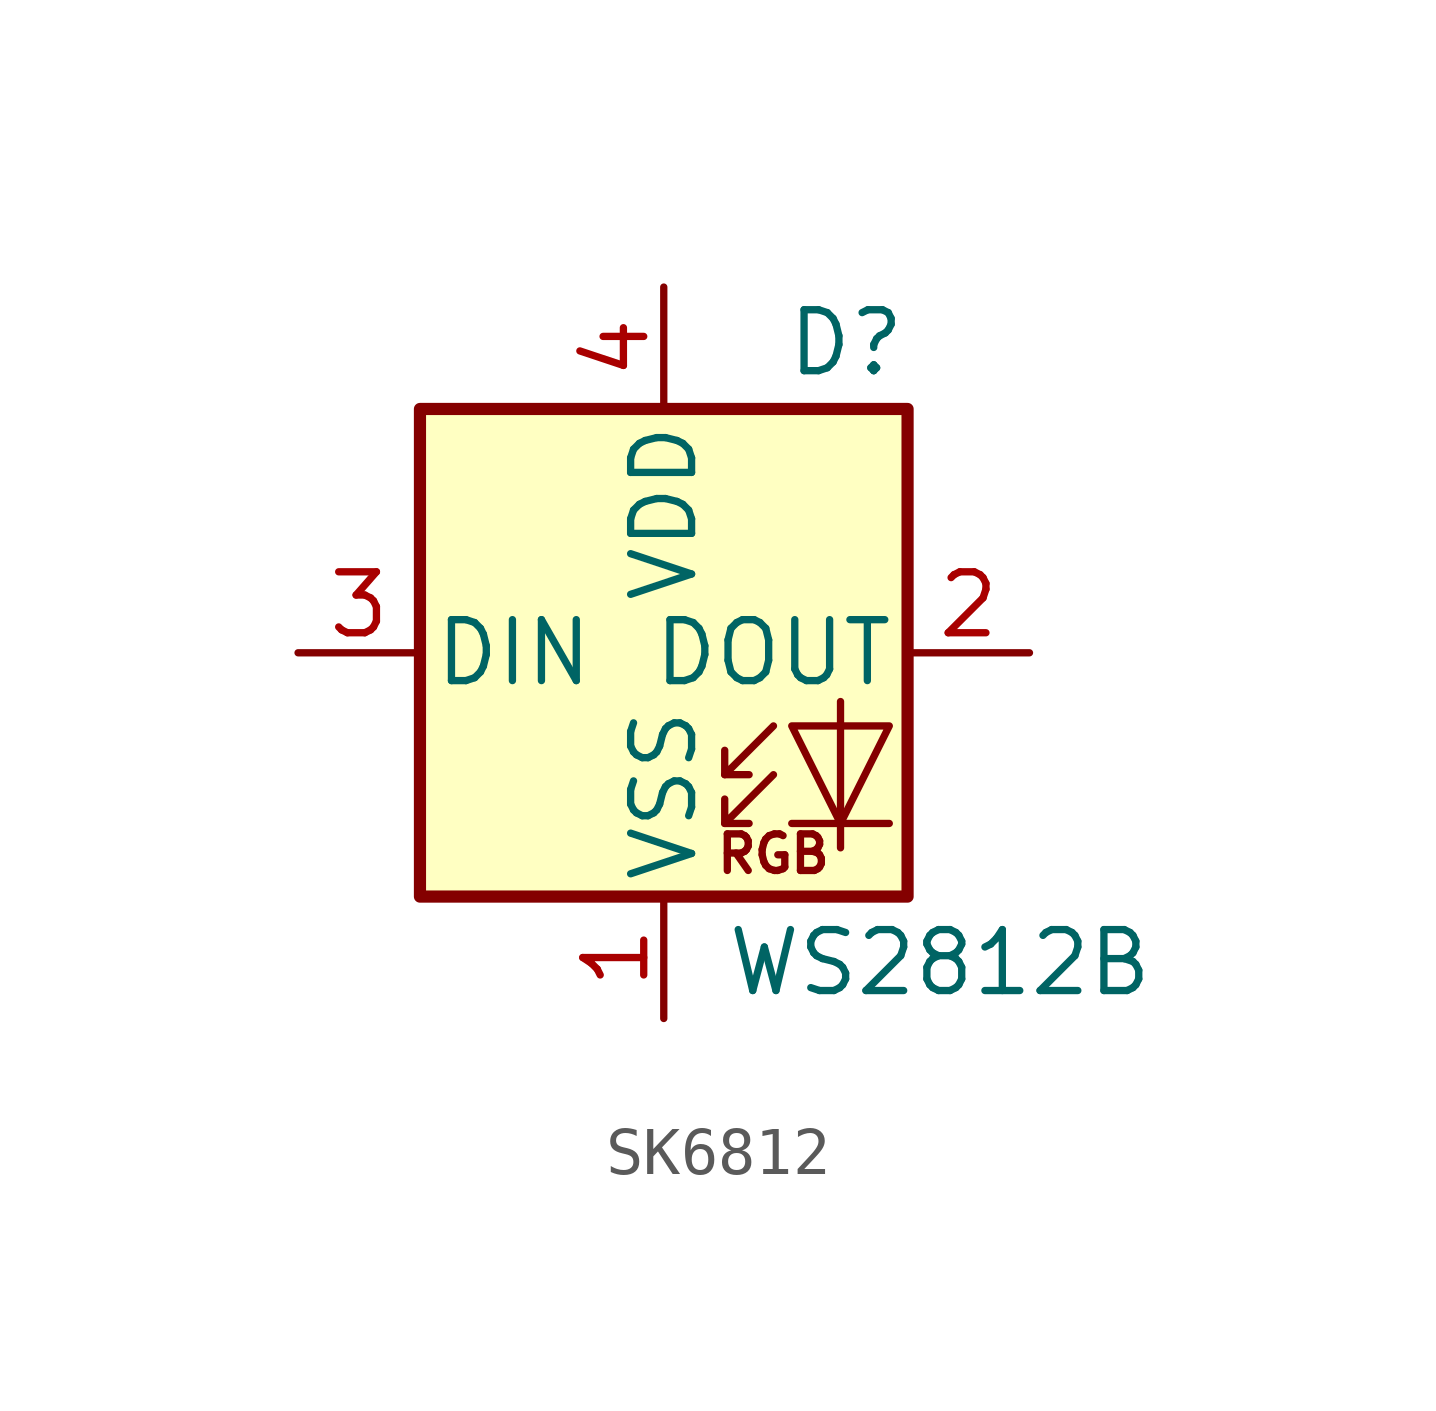
<source format=kicad_sym>
(kicad_symbol_lib
  (version 20220914)
  (generator kicad_symbol_editor)
  (symbol "SK6812"
    (pin_names
      (offset 0.254))
    (property "Reference" "D"
      (at 5.08 5.715 0)
      (effects (font (size 1.27 1.27)) (justify right bottom)))
    (property "Value" "WS2812B"
      (at 1.27 -5.715 0)
      (effects (font (size 1.27 1.27)) (justify left top)))
    (symbol "SK6812_0_0"
      (text "RGB" (at 2.286 -4.191 0) (effects (font (size 0.762 0.762)))))
    (symbol "SK6812_0_1"
      (polyline (pts (xy 1.27 -3.556) (xy 1.778 -3.556)) (stroke (width 0) (type default)) (fill (type none)))
      (polyline (pts (xy 1.27 -2.54) (xy 1.778 -2.54)) (stroke (width 0) (type default)) (fill (type none)))
      (polyline (pts (xy 4.699 -3.556) (xy 2.667 -3.556)) (stroke (width 0) (type default)) (fill (type none)))
      (polyline (pts (xy 2.286 -2.54) (xy 1.27 -3.556) (xy 1.27 -3.048)) (stroke (width 0) (type default)) (fill (type none)))
      (polyline (pts (xy 2.286 -1.524) (xy 1.27 -2.54) (xy 1.27 -2.032)) (stroke (width 0) (type default)) (fill (type none)))
      (polyline (pts (xy 3.683 -1.016) (xy 3.683 -3.556) (xy 3.683 -4.064)) (stroke (width 0) (type default)) (fill (type none)))
      (polyline (pts (xy 4.699 -1.524) (xy 2.667 -1.524) (xy 3.683 -3.556) (xy 4.699 -1.524)) (stroke (width 0) (type default)) (fill (type none)))
      (rectangle (start 5.08 5.08) (end -5.08 -5.08) (stroke (width 0.254) (type default)) (fill (type background))))
    (symbol "SK6812_1_1"
      (pin power_in line (at 0 -7.62 90) (length 2.54) (name "VSS" (effects (font (size 1.27 1.27)))) (number "1" (effects (font (size 1.27 1.27)))))
      (pin output line (at 7.62 0 180) (length 2.54) (name "DOUT" (effects (font (size 1.27 1.27)))) (number "2" (effects (font (size 1.27 1.27)))))
      (pin input line (at -7.62 0 0) (length 2.54) (name "DIN" (effects (font (size 1.27 1.27)))) (number "3" (effects (font (size 1.27 1.27)))))
      (pin power_in line (at 0 7.62 270) (length 2.54) (name "VDD" (effects (font (size 1.27 1.27)))) (number "4" (effects (font (size 1.27 1.27))))))))
</source>
